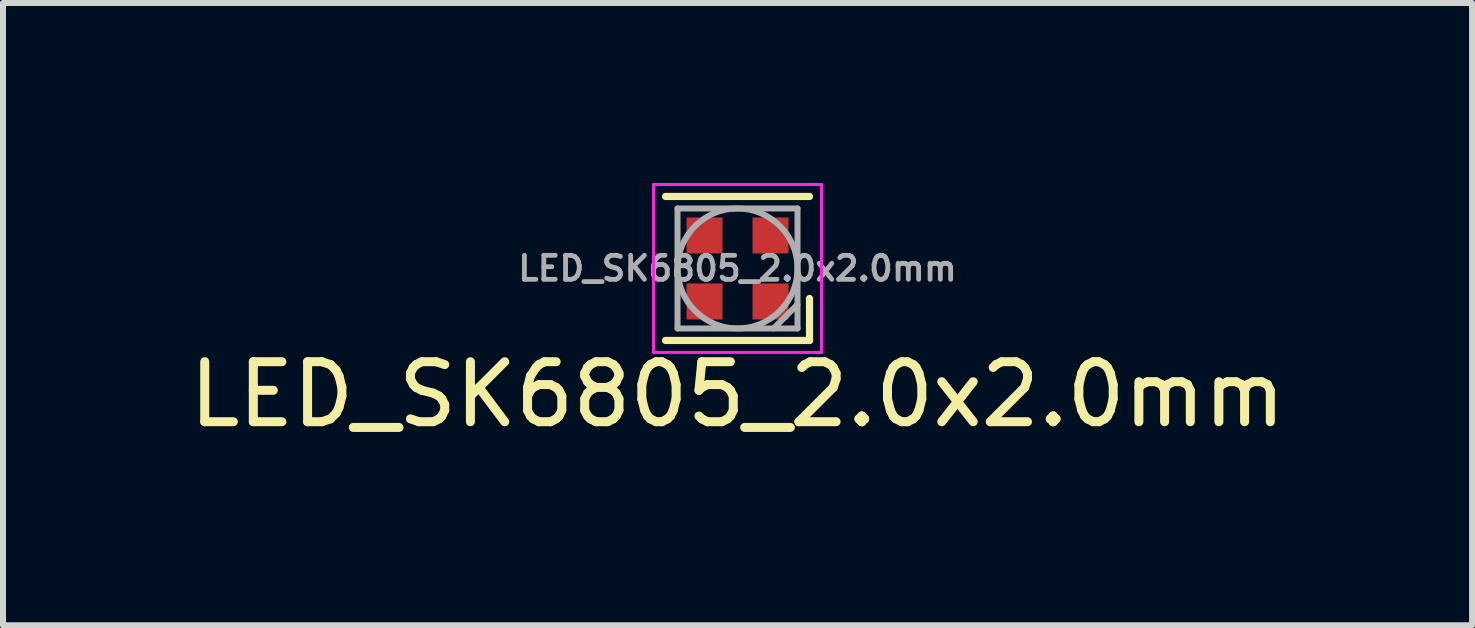
<source format=kicad_pcb>
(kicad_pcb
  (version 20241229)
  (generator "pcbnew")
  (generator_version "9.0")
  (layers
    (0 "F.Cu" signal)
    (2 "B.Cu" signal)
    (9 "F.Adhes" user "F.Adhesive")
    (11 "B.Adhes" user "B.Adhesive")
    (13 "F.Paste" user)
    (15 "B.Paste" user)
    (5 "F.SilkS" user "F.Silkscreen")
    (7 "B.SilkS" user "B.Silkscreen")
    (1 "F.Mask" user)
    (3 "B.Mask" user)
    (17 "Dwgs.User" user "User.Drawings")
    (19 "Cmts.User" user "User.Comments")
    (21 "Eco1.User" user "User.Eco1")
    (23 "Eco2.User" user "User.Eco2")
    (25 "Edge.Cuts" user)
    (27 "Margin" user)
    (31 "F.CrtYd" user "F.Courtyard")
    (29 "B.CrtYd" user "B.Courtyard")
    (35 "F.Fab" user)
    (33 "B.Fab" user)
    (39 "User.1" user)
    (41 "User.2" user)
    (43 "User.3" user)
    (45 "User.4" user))
  (footprint "LED_SK6805_2.0x2.0mm"
    (layer "F.Cu")
    (at 9.244 1.425)
    (property "Reference" "LED_SK6805_2.0x2.0mm" (at 0 2.1 180) (layer "F.SilkS") (effects (font (size 1 1) (thickness 0.15))))
    (attr smd)
    (fp_line (start -1.2 -1.2) (end 1.2 -1.2) (stroke (width 0.12) (type solid)) (layer "F.SilkS"))
    (fp_line (start -1.2 1.2) (end 1.2 1.2) (stroke (width 0.12) (type solid)) (layer "F.SilkS"))
    (fp_line (start 1.2 1.2) (end 1.2 0.5) (stroke (width 0.12) (type solid)) (layer "F.SilkS"))
    (fp_line (start -1.4 -1.4) (end -1.4 1.4) (stroke (width 0.05) (type solid)) (layer "F.CrtYd"))
    (fp_line (start -1.4 1.4) (end 1.4 1.4) (stroke (width 0.05) (type solid)) (layer "F.CrtYd"))
    (fp_line (start 1.4 -1.4) (end -1.4 -1.4) (stroke (width 0.05) (type solid)) (layer "F.CrtYd"))
    (fp_line (start 1.4 1.4) (end 1.4 -1.4) (stroke (width 0.05) (type solid)) (layer "F.CrtYd"))
    (fp_line (start -1 -1) (end -1 1) (stroke (width 0.1) (type solid)) (layer "F.Fab"))
    (fp_line (start -1 1) (end 1 1) (stroke (width 0.1) (type solid)) (layer "F.Fab"))
    (fp_line (start 0.6 1) (end 1 0.6) (stroke (width 0.1) (type solid)) (layer "F.Fab"))
    (fp_line (start 1 -1) (end -1 -1) (stroke (width 0.1) (type solid)) (layer "F.Fab"))
    (fp_line (start 1 1) (end 1 -1) (stroke (width 0.1) (type solid)) (layer "F.Fab"))
    (fp_circle (center 0 0) (end 0 -1) (stroke (width 0.1) (type solid)) (fill no) (layer "F.Fab"))
    (fp_text user "${REFERENCE}" (at 0 0 0) (layer "F.Fab") (effects (font (size 0.4 0.4) (thickness 0.08))))
    (pad "1" smd rect (at 0.55 0.55) (size 0.6 0.6) (layers "F.Cu" "F.Mask" "F.Paste"))
    (pad "2" smd rect (at 0.55 -0.55) (size 0.6 0.6) (layers "F.Cu" "F.Mask" "F.Paste"))
    (pad "3" smd rect (at -0.55 -0.55) (size 0.6 0.6) (layers "F.Cu" "F.Mask" "F.Paste"))
    (pad "4" smd rect (at -0.55 0.55) (size 0.6 0.6) (layers "F.Cu" "F.Mask" "F.Paste")))
  (gr_rect
    (start -3 -3)
    (end 21.488 7.373)
    (stroke (width 0.1) (type default))
    (fill no)
    (layer "Edge.Cuts")))
</source>
